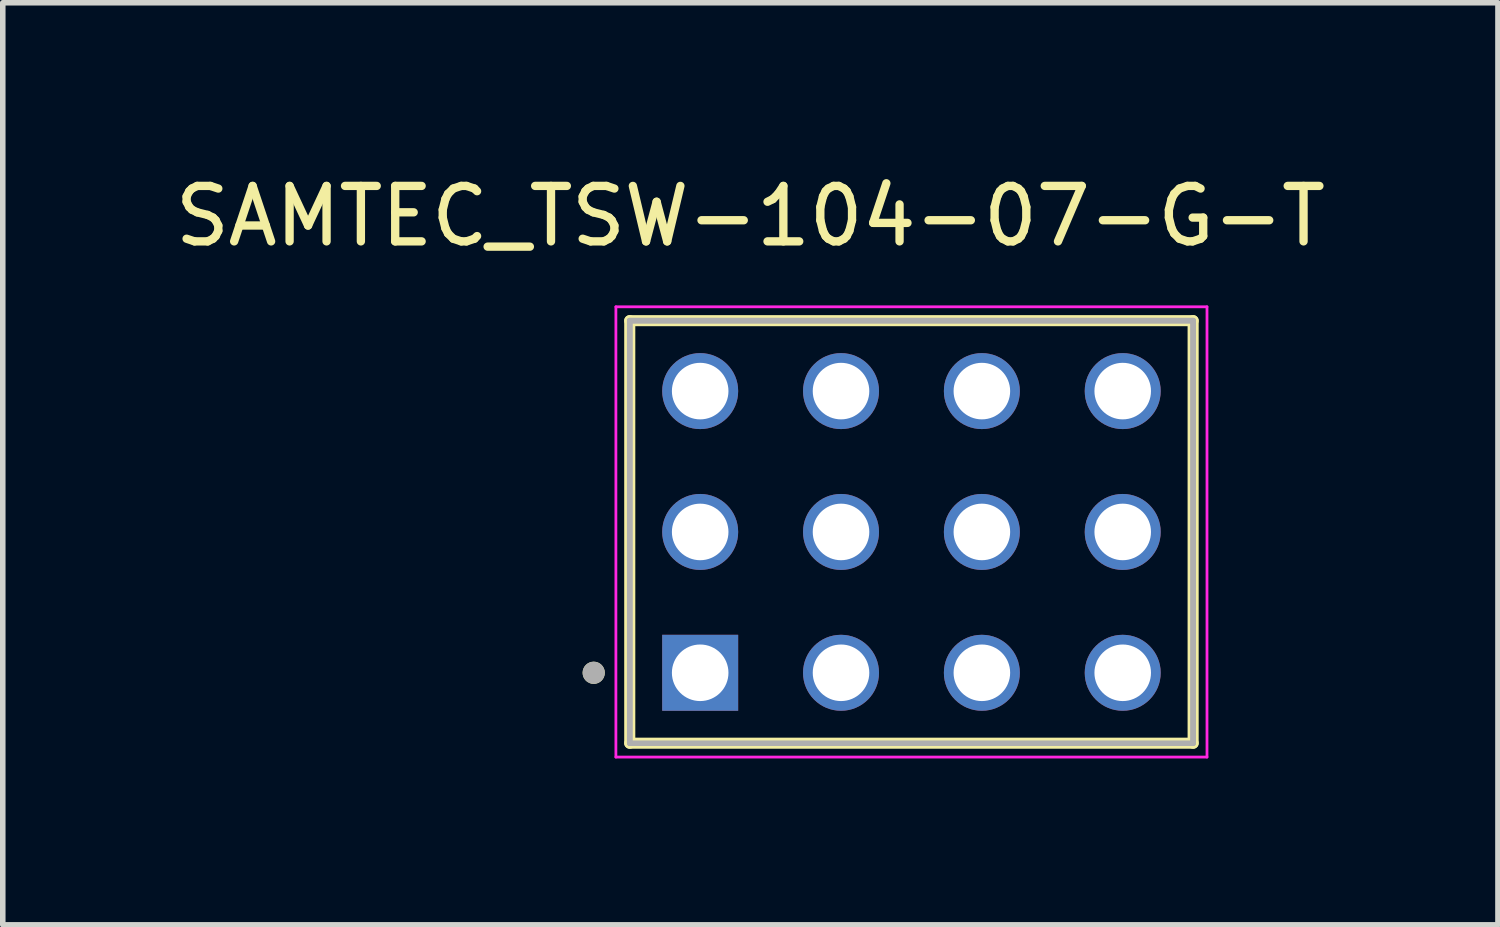
<source format=kicad_pcb>
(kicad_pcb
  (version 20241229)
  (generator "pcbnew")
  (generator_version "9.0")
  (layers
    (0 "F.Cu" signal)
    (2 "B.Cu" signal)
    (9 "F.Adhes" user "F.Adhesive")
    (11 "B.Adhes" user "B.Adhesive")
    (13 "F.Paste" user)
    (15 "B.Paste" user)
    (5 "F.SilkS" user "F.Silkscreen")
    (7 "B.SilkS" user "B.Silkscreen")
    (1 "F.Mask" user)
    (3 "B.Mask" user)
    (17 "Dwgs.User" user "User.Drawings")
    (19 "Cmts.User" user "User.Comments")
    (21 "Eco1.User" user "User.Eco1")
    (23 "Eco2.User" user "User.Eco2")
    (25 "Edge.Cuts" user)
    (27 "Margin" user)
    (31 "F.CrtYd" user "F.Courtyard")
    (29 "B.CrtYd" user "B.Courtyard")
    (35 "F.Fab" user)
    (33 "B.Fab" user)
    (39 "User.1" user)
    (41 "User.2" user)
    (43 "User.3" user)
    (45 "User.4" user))
  (footprint "SAMTEC_TSW-104-07-G-T"
    (layer "F.Cu")
    (at 13.387 6.543)
    (property "Reference" "SAMTEC_TSW-104-07-G-T" (at -2.905 -5.695 0) (layer "F.SilkS") (effects (font (size 1 1) (thickness 0.15))))
    (attr through_hole)
    (fp_line (start -5.08 3.81) (end -5.08 -3.81) (stroke (width 0.2) (type solid)) (layer "F.SilkS"))
    (fp_line (start 5.08 -3.81) (end -5.08 -3.81) (stroke (width 0.2) (type solid)) (layer "F.SilkS"))
    (fp_line (start 5.08 -3.81) (end 5.08 3.81) (stroke (width 0.2) (type solid)) (layer "F.SilkS"))
    (fp_line (start 5.08 3.81) (end -5.08 3.81) (stroke (width 0.2) (type solid)) (layer "F.SilkS"))
    (fp_circle (center -5.73 2.54) (end -5.63 2.54) (stroke (width 0.2) (type solid)) (fill no) (layer "F.SilkS"))
    (fp_line (start -5.33 -4.06) (end 5.33 -4.06) (stroke (width 0.05) (type solid)) (layer "F.CrtYd"))
    (fp_line (start -5.33 4.06) (end -5.33 -4.06) (stroke (width 0.05) (type solid)) (layer "F.CrtYd"))
    (fp_line (start 5.33 -4.06) (end 5.33 4.06) (stroke (width 0.05) (type solid)) (layer "F.CrtYd"))
    (fp_line (start 5.33 4.06) (end -5.33 4.06) (stroke (width 0.05) (type solid)) (layer "F.CrtYd"))
    (fp_line (start -5.08 -3.81) (end 5.08 -3.81) (stroke (width 0.1) (type solid)) (layer "F.Fab"))
    (fp_line (start -5.08 -3.81) (end 5.08 -3.81) (stroke (width 0.1) (type solid)) (layer "F.Fab"))
    (fp_line (start -5.08 3.81) (end -5.08 -3.81) (stroke (width 0.1) (type solid)) (layer "F.Fab"))
    (fp_line (start -5.08 3.81) (end -5.08 -3.81) (stroke (width 0.1) (type solid)) (layer "F.Fab"))
    (fp_line (start 5.08 -3.81) (end 5.08 3.81) (stroke (width 0.1) (type solid)) (layer "F.Fab"))
    (fp_line (start 5.08 -3.81) (end 5.08 3.81) (stroke (width 0.1) (type solid)) (layer "F.Fab"))
    (fp_line (start 5.08 3.81) (end -5.08 3.81) (stroke (width 0.1) (type solid)) (layer "F.Fab"))
    (fp_circle (center -5.73 2.54) (end -5.63 2.54) (stroke (width 0.2) (type solid)) (fill no) (layer "F.Fab"))
    (pad "01" thru_hole rect (at -3.81 2.54) (size 1.37 1.37) (drill 1.02) (layers "*.Cu" "*.Mask"))
    (pad "02" thru_hole circle (at -3.81 0) (size 1.37 1.37) (drill 1.02) (layers "*.Cu" "*.Mask"))
    (pad "03" thru_hole circle (at -3.81 -2.54) (size 1.37 1.37) (drill 1.02) (layers "*.Cu" "*.Mask"))
    (pad "04" thru_hole circle (at -1.27 2.54) (size 1.37 1.37) (drill 1.02) (layers "*.Cu" "*.Mask"))
    (pad "05" thru_hole circle (at -1.27 0) (size 1.37 1.37) (drill 1.02) (layers "*.Cu" "*.Mask"))
    (pad "06" thru_hole circle (at -1.27 -2.54) (size 1.37 1.37) (drill 1.02) (layers "*.Cu" "*.Mask"))
    (pad "07" thru_hole circle (at 1.27 2.54) (size 1.37 1.37) (drill 1.02) (layers "*.Cu" "*.Mask"))
    (pad "08" thru_hole circle (at 1.27 0) (size 1.37 1.37) (drill 1.02) (layers "*.Cu" "*.Mask"))
    (pad "09" thru_hole circle (at 1.27 -2.54) (size 1.37 1.37) (drill 1.02) (layers "*.Cu" "*.Mask"))
    (pad "10" thru_hole circle (at 3.81 2.54) (size 1.37 1.37) (drill 1.02) (layers "*.Cu" "*.Mask"))
    (pad "11" thru_hole circle (at 3.81 0) (size 1.37 1.37) (drill 1.02) (layers "*.Cu" "*.Mask"))
    (pad "12" thru_hole circle (at 3.81 -2.54) (size 1.37 1.37) (drill 1.02) (layers "*.Cu" "*.Mask")))
  (gr_rect
    (start -3 -3)
    (end 23.964 13.628)
    (stroke (width 0.1) (type default))
    (fill no)
    (layer "Edge.Cuts")))
</source>
